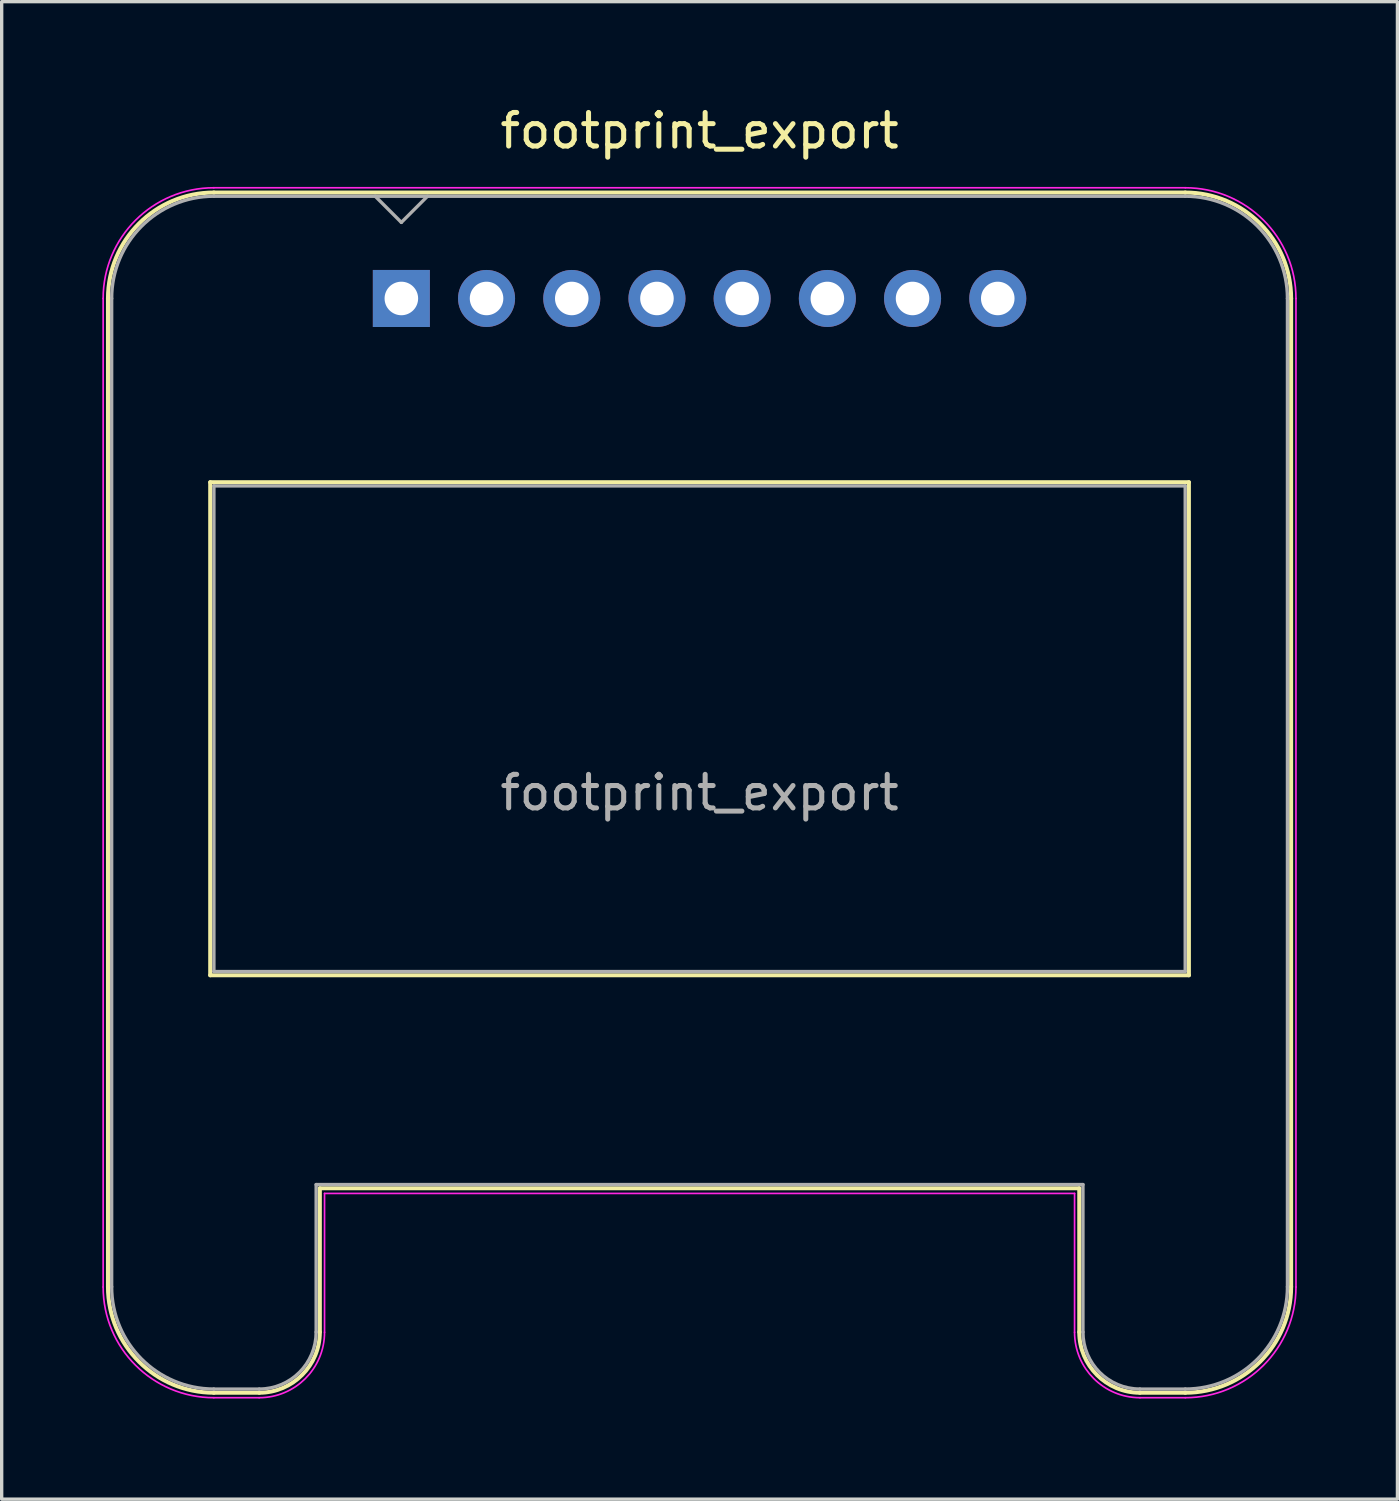
<source format=kicad_pcb>
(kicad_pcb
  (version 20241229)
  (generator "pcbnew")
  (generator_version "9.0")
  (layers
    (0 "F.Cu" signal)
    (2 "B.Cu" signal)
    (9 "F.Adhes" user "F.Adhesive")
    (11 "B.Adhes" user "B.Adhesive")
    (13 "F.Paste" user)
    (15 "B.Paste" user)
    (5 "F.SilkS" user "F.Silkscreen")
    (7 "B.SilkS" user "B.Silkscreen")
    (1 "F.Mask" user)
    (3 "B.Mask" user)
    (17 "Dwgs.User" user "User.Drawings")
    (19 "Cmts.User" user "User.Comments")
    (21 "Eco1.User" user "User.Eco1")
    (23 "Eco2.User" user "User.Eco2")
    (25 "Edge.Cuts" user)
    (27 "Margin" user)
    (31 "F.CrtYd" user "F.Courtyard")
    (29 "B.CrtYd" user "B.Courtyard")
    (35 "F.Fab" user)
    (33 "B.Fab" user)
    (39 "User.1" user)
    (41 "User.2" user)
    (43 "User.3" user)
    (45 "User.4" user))
  (footprint "footprint_export"
    (layer "F.Cu")
    (at 8.915 5.848)
    (property "Reference" "footprint_export" (at 8.89 -5 0) (layer "F.SilkS") (effects (font (size 1 1) (thickness 0.15))))
    (attr through_hole)
    (fp_line (start -8.746 0) (end -8.746 29.464) (stroke (width 0.12) (type solid)) (layer "F.SilkS"))
    (fp_line (start -5.698 5.478) (end -5.698 20.176) (stroke (width 0.12) (type solid)) (layer "F.SilkS"))
    (fp_line (start -5.698 5.478) (end 23.478 5.478) (stroke (width 0.12) (type solid)) (layer "F.SilkS"))
    (fp_line (start -5.698 20.176) (end 23.478 20.176) (stroke (width 0.12) (type solid)) (layer "F.SilkS"))
    (fp_line (start -4.238 32.622) (end -5.59 32.622) (stroke (width 0.12) (type solid)) (layer "F.SilkS"))
    (fp_line (start -2.43 26.526) (end -2.43 30.814) (stroke (width 0.12) (type solid)) (layer "F.SilkS"))
    (fp_line (start -2.43 26.526) (end 20.21 26.526) (stroke (width 0.12) (type solid)) (layer "F.SilkS"))
    (fp_line (start 20.21 26.526) (end 20.21 30.814) (stroke (width 0.12) (type solid)) (layer "F.SilkS"))
    (fp_line (start 22.018 32.622) (end 23.37 32.622) (stroke (width 0.12) (type solid)) (layer "F.SilkS"))
    (fp_line (start 23.368 -3.158) (end -5.588 -3.158) (stroke (width 0.12) (type solid)) (layer "F.SilkS"))
    (fp_line (start 23.478 5.478) (end 23.478 20.176) (stroke (width 0.12) (type solid)) (layer "F.SilkS"))
    (fp_line (start 26.526 0) (end 26.526 29.464) (stroke (width 0.12) (type solid)) (layer "F.SilkS"))
    (fp_arc (start -8.746 0) (mid -7.821043 -2.233043) (end -5.588 -3.158) (stroke (width 0.12) (type solid)) (layer "F.SilkS"))
    (fp_arc (start -5.588 32.622) (mid -7.821043 31.697043) (end -8.746 29.464) (stroke (width 0.12) (type solid)) (layer "F.SilkS"))
    (fp_arc (start -2.43 30.812) (mid -2.958137 32.091035) (end -4.236 32.622) (stroke (width 0.12) (type solid)) (layer "F.SilkS"))
    (fp_arc (start 22.016 32.622) (mid 20.738137 32.091035) (end 20.21 30.812) (stroke (width 0.12) (type solid)) (layer "F.SilkS"))
    (fp_arc (start 23.368 -3.158) (mid 25.601043 -2.233043) (end 26.526 0) (stroke (width 0.12) (type solid)) (layer "F.SilkS"))
    (fp_arc (start 26.526 29.464) (mid 25.601043 31.697043) (end 23.368 32.622) (stroke (width 0.12) (type solid)) (layer "F.SilkS"))
    (fp_line (start -8.89 0) (end -8.89 29.47) (stroke (width 0.05) (type solid)) (layer "F.CrtYd"))
    (fp_line (start -4.24 32.77) (end -5.59 32.77) (stroke (width 0.05) (type solid)) (layer "F.CrtYd"))
    (fp_line (start -2.29 26.68) (end -2.29 30.82) (stroke (width 0.05) (type solid)) (layer "F.CrtYd"))
    (fp_line (start -2.29 26.68) (end 20.07 26.68) (stroke (width 0.05) (type solid)) (layer "F.CrtYd"))
    (fp_line (start 20.07 26.68) (end 20.07 30.82) (stroke (width 0.05) (type solid)) (layer "F.CrtYd"))
    (fp_line (start 22.02 32.77) (end 23.37 32.77) (stroke (width 0.05) (type solid)) (layer "F.CrtYd"))
    (fp_line (start 23.37 -3.3) (end -5.59 -3.3) (stroke (width 0.05) (type solid)) (layer "F.CrtYd"))
    (fp_line (start 26.67 0) (end 26.67 29.47) (stroke (width 0.05) (type solid)) (layer "F.CrtYd"))
    (fp_arc (start -8.89 0) (mid -7.923452 -2.333452) (end -5.59 -3.3) (stroke (width 0.05) (type solid)) (layer "F.CrtYd"))
    (fp_arc (start -5.59 32.77) (mid -7.923452 31.803452) (end -8.89 29.47) (stroke (width 0.05) (type solid)) (layer "F.CrtYd"))
    (fp_arc (start -2.29 30.82) (mid -2.861142 32.198858) (end -4.24 32.77) (stroke (width 0.05) (type solid)) (layer "F.CrtYd"))
    (fp_arc (start 22.02 32.77) (mid 20.641142 32.198858) (end 20.07 30.82) (stroke (width 0.05) (type solid)) (layer "F.CrtYd"))
    (fp_arc (start 23.37 -3.3) (mid 25.703452 -2.333452) (end 26.67 0) (stroke (width 0.05) (type solid)) (layer "F.CrtYd"))
    (fp_arc (start 26.67 29.47) (mid 25.703452 31.803452) (end 23.37 32.77) (stroke (width 0.05) (type solid)) (layer "F.CrtYd"))
    (fp_line (start -8.636 0) (end -8.636 29.464) (stroke (width 0.1) (type solid)) (layer "F.Fab"))
    (fp_line (start -5.588 5.588) (end -5.588 20.066) (stroke (width 0.1) (type solid)) (layer "F.Fab"))
    (fp_line (start -5.588 5.588) (end 23.368 5.588) (stroke (width 0.1) (type solid)) (layer "F.Fab"))
    (fp_line (start -5.588 20.066) (end 23.368 20.066) (stroke (width 0.1) (type solid)) (layer "F.Fab"))
    (fp_line (start -4.238 32.512) (end -5.59 32.512) (stroke (width 0.1) (type solid)) (layer "F.Fab"))
    (fp_line (start -2.54 26.416) (end -2.54 30.814) (stroke (width 0.1) (type solid)) (layer "F.Fab"))
    (fp_line (start -2.54 26.416) (end 20.32 26.416) (stroke (width 0.1) (type solid)) (layer "F.Fab"))
    (fp_line (start -0.78 -3.048) (end 0 -2.268) (stroke (width 0.1) (type solid)) (layer "F.Fab"))
    (fp_line (start 0 -2.268) (end 0.78 -3.048) (stroke (width 0.1) (type solid)) (layer "F.Fab"))
    (fp_line (start 20.32 26.416) (end 20.32 30.814) (stroke (width 0.1) (type solid)) (layer "F.Fab"))
    (fp_line (start 22.018 32.512) (end 23.37 32.512) (stroke (width 0.1) (type solid)) (layer "F.Fab"))
    (fp_line (start 23.368 -3.048) (end -5.588 -3.048) (stroke (width 0.1) (type solid)) (layer "F.Fab"))
    (fp_line (start 23.368 5.588) (end 23.368 20.066) (stroke (width 0.1) (type solid)) (layer "F.Fab"))
    (fp_line (start 26.416 0) (end 26.416 29.464) (stroke (width 0.1) (type solid)) (layer "F.Fab"))
    (fp_arc (start -8.636 0.002) (mid -7.744676 -2.153847) (end -5.59 -3.048) (stroke (width 0.1) (type solid)) (layer "F.Fab"))
    (fp_arc (start -5.59 32.512) (mid -7.744676 31.617847) (end -8.636 29.462) (stroke (width 0.1) (type solid)) (layer "F.Fab"))
    (fp_arc (start -2.54 30.812) (mid -3.035918 32.013253) (end -4.236 32.512) (stroke (width 0.1) (type solid)) (layer "F.Fab"))
    (fp_arc (start 22.016 32.512) (mid 20.815918 32.013253) (end 20.32 30.812) (stroke (width 0.1) (type solid)) (layer "F.Fab"))
    (fp_arc (start 23.368 -3.048) (mid 25.523261 -2.155261) (end 26.416 0) (stroke (width 0.1) (type solid)) (layer "F.Fab"))
    (fp_arc (start 26.416 29.464) (mid 25.523261 31.619261) (end 23.368 32.512) (stroke (width 0.1) (type solid)) (layer "F.Fab"))
    (fp_text user "${REFERENCE}" (at 8.89 14.732 0) (layer "F.Fab") (effects (font (size 1 1) (thickness 0.15))))
    (pad "1" thru_hole rect (at 0 0) (size 1.7 1.7) (drill 1) (layers "*.Cu" "*.Mask"))
    (pad "2" thru_hole circle (at 2.54 0) (size 1.7 1.7) (drill 1) (layers "*.Cu" "*.Mask"))
    (pad "3" thru_hole circle (at 5.08 0) (size 1.7 1.7) (drill 1) (layers "*.Cu" "*.Mask"))
    (pad "4" thru_hole circle (at 7.62 0) (size 1.7 1.7) (drill 1) (layers "*.Cu" "*.Mask"))
    (pad "5" thru_hole circle (at 10.16 0) (size 1.7 1.7) (drill 1) (layers "*.Cu" "*.Mask"))
    (pad "6" thru_hole circle (at 12.7 0) (size 1.7 1.7) (drill 1) (layers "*.Cu" "*.Mask"))
    (pad "7" thru_hole circle (at 15.24 0) (size 1.7 1.7) (drill 1) (layers "*.Cu" "*.Mask"))
    (pad "8" thru_hole circle (at 17.78 0) (size 1.7 1.7) (drill 1) (layers "*.Cu" "*.Mask")))
  (gr_rect
    (start -3 -3)
    (end 38.61 41.643)
    (stroke (width 0.1) (type default))
    (fill no)
    (layer "Edge.Cuts")))
</source>
